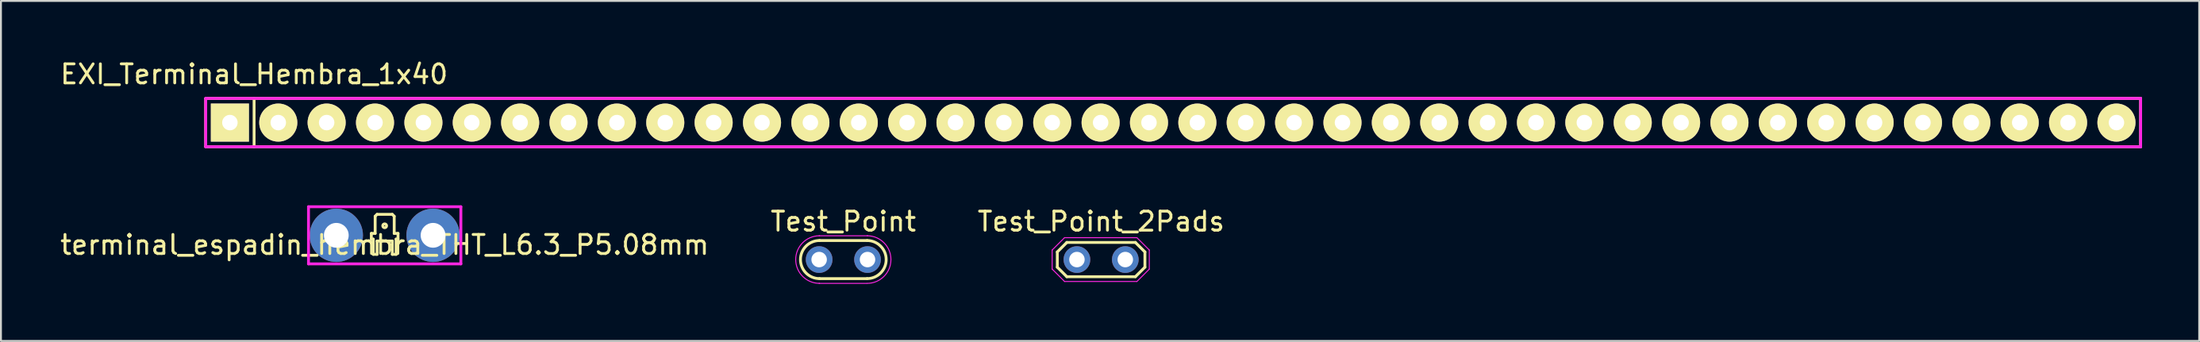
<source format=kicad_pcb>
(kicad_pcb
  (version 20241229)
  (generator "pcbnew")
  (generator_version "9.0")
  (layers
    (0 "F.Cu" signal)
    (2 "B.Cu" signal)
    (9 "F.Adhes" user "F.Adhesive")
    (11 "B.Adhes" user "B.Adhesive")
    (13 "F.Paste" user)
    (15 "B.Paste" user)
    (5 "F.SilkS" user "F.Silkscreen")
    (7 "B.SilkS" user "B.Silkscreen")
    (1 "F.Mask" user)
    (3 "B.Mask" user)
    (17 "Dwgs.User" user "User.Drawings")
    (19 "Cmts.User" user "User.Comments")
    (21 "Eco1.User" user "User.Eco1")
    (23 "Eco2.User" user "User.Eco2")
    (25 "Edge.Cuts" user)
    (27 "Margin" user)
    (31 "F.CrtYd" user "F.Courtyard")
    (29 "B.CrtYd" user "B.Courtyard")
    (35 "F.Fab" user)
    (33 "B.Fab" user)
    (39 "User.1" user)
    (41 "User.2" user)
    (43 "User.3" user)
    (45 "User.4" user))
  (footprint "Test_Point_2Pads"
    (layer "F.Cu")
    (at 54.768 10.582)
    (property "Reference" "Test_Point_2Pads" (at 0 -2 0) (layer "F.SilkS") (effects (font (size 1 1) (thickness 0.15))))
    (attr exclude_from_pos_files exclude_from_bom)
    (fp_line (start -2.3 -0.4) (end -1.8 -0.9) (stroke (width 0.15) (type solid)) (layer "F.SilkS"))
    (fp_line (start -2.3 0.4) (end -2.3 -0.4) (stroke (width 0.15) (type solid)) (layer "F.SilkS"))
    (fp_line (start -1.8 -0.9) (end 1.8 -0.9) (stroke (width 0.15) (type solid)) (layer "F.SilkS"))
    (fp_line (start -1.8 0.9) (end -2.3 0.4) (stroke (width 0.15) (type solid)) (layer "F.SilkS"))
    (fp_line (start 1.8 -0.9) (end 2.3 -0.4) (stroke (width 0.15) (type solid)) (layer "F.SilkS"))
    (fp_line (start 1.8 0.9) (end -1.8 0.9) (stroke (width 0.15) (type solid)) (layer "F.SilkS"))
    (fp_line (start 2.3 -0.4) (end 2.3 0.4) (stroke (width 0.15) (type solid)) (layer "F.SilkS"))
    (fp_line (start 2.3 0.4) (end 1.8 0.9) (stroke (width 0.15) (type solid)) (layer "F.SilkS"))
    (fp_line (start -2.57 -0.5) (end -2.57 0.5) (stroke (width 0.05) (type solid)) (layer "F.CrtYd"))
    (fp_line (start -2.57 0.5) (end -1.92 1.15) (stroke (width 0.05) (type solid)) (layer "F.CrtYd"))
    (fp_line (start -1.92 -1.15) (end -2.57 -0.5) (stroke (width 0.05) (type solid)) (layer "F.CrtYd"))
    (fp_line (start -1.92 1.15) (end 1.88 1.15) (stroke (width 0.05) (type solid)) (layer "F.CrtYd"))
    (fp_line (start 1.88 -1.15) (end -1.92 -1.15) (stroke (width 0.05) (type solid)) (layer "F.CrtYd"))
    (fp_line (start 1.88 1.15) (end 2.53 0.5) (stroke (width 0.05) (type solid)) (layer "F.CrtYd"))
    (fp_line (start 2.53 -0.5) (end 1.88 -1.15) (stroke (width 0.05) (type solid)) (layer "F.CrtYd"))
    (fp_line (start 2.53 0.5) (end 2.53 -0.5) (stroke (width 0.05) (type solid)) (layer "F.CrtYd"))
    (pad "1" thru_hole circle (at -1.27 0) (size 1.4 1.4) (drill 0.813) (layers "*.Cu" "*.Mask"))
    (pad "2" thru_hole circle (at 1.27 0) (size 1.4 1.4) (drill 0.813) (layers "*.Cu" "*.Mask")))
  (footprint "Test_Point"
    (layer "F.Cu")
    (at 41.232 10.582)
    (property "Reference" "Test_Point" (at 0 -2 0) (layer "F.SilkS") (effects (font (size 1 1) (thickness 0.15))))
    (attr exclude_from_pos_files exclude_from_bom)
    (fp_line (start 1.25 -1) (end -1.25 -1) (stroke (width 0.15) (type solid)) (layer "F.SilkS"))
    (fp_line (start 1.25 1) (end -1.25 1) (stroke (width 0.15) (type solid)) (layer "F.SilkS"))
    (fp_arc (start -1.25 1) (mid -2.25 0) (end -1.25 -1) (stroke (width 0.15) (type solid)) (layer "F.SilkS"))
    (fp_arc (start 1.25 -1) (mid 2.25 0) (end 1.25 1) (stroke (width 0.15) (type solid)) (layer "F.SilkS"))
    (fp_line (start -1.27 -1.25) (end 1.28 -1.25) (stroke (width 0.05) (type solid)) (layer "F.CrtYd"))
    (fp_line (start -1.27 1.25) (end 1.23 1.25) (stroke (width 0.05) (type solid)) (layer "F.CrtYd"))
    (fp_arc (start -1.25 1.25) (mid -2.5 0) (end -1.25 -1.25) (stroke (width 0.05) (type solid)) (layer "F.CrtYd"))
    (fp_arc (start 1.25 -1.25) (mid 2.5 0) (end 1.25 1.25) (stroke (width 0.05) (type solid)) (layer "F.CrtYd"))
    (pad "1" thru_hole circle (at -1.27 0) (size 1.4 1.4) (drill 0.813) (layers "*.Cu" "*.Mask"))
    (pad "1" thru_hole circle (at 1.27 0) (size 1.4 1.4) (drill 0.813) (layers "*.Cu" "*.Mask")))
  (footprint "terminal_espadin_hembra_THT_L6.3_P5.08mm"
    (layer "F.Cu")
    (at 17.149 9.308)
    (property "Reference" "terminal_espadin_hembra_THT_L6.3_P5.08mm" (at 0 0.5 0) (layer "F.SilkS") (effects (font (size 1 1) (thickness 0.15))))
    (attr through_hole)
    (fp_line (start -0.7 -0.1) (end -0.7 0.2) (stroke (width 0.15) (type solid)) (layer "F.SilkS"))
    (fp_line (start -0.7 0.2) (end -0.6 0.2) (stroke (width 0.15) (type solid)) (layer "F.SilkS"))
    (fp_line (start -0.6 0.2) (end -0.6 1) (stroke (width 0.15) (type solid)) (layer "F.SilkS"))
    (fp_line (start -0.6 1) (end -0.4 1) (stroke (width 0.15) (type solid)) (layer "F.SilkS"))
    (fp_line (start -0.5 -1) (end -0.5 -0.1) (stroke (width 0.15) (type solid)) (layer "F.SilkS"))
    (fp_line (start -0.5 -0.1) (end -0.7 -0.1) (stroke (width 0.15) (type solid)) (layer "F.SilkS"))
    (fp_line (start -0.4 -1.1) (end -0.5 -1) (stroke (width 0.15) (type solid)) (layer "F.SilkS"))
    (fp_line (start -0.4 0.3) (end 0.4 0.3) (stroke (width 0.15) (type solid)) (layer "F.SilkS"))
    (fp_line (start -0.4 1) (end -0.4 0.3) (stroke (width 0.15) (type solid)) (layer "F.SilkS"))
    (fp_line (start 0.4 -1.1) (end -0.4 -1.1) (stroke (width 0.15) (type solid)) (layer "F.SilkS"))
    (fp_line (start 0.4 0.3) (end 0.4 1) (stroke (width 0.15) (type solid)) (layer "F.SilkS"))
    (fp_line (start 0.4 1) (end 0.6 1) (stroke (width 0.15) (type solid)) (layer "F.SilkS"))
    (fp_line (start 0.5 -1) (end 0.4 -1.1) (stroke (width 0.15) (type solid)) (layer "F.SilkS"))
    (fp_line (start 0.5 -0.1) (end 0.5 -1) (stroke (width 0.15) (type solid)) (layer "F.SilkS"))
    (fp_line (start 0.6 0.2) (end 0.7 0.2) (stroke (width 0.15) (type solid)) (layer "F.SilkS"))
    (fp_line (start 0.6 1) (end 0.6 0.2) (stroke (width 0.15) (type solid)) (layer "F.SilkS"))
    (fp_line (start 0.7 -0.1) (end 0.5 -0.1) (stroke (width 0.15) (type solid)) (layer "F.SilkS"))
    (fp_line (start 0.7 0.2) (end 0.7 -0.1) (stroke (width 0.15) (type solid)) (layer "F.SilkS"))
    (fp_circle (center 0 -0.5) (end 0.1 -0.5) (stroke (width 0.15) (type solid)) (fill no) (layer "F.SilkS"))
    (fp_line (start -4 -1.5) (end 4 -1.5) (stroke (width 0.15) (type solid)) (layer "F.CrtYd"))
    (fp_line (start -4 1.5) (end -4 -1.5) (stroke (width 0.15) (type solid)) (layer "F.CrtYd"))
    (fp_line (start 4 -1.5) (end 4 1.5) (stroke (width 0.15) (type solid)) (layer "F.CrtYd"))
    (fp_line (start 4 1.5) (end -4 1.5) (stroke (width 0.15) (type solid)) (layer "F.CrtYd"))
    (pad "1" thru_hole circle (at -2.54 0) (size 2.8 2.8) (drill 1.3) (layers "*.Cu" "*.Mask"))
    (pad "1" thru_hole circle (at 2.54 0) (size 2.8 2.8) (drill 1.3) (layers "*.Cu" "*.Mask")))
  (footprint "EXI_Terminal_Hembra_1x40"
    (layer "F.Cu")
    (at 58.552 3.388)
    (property "Reference" "EXI_Terminal_Hembra_1x40" (at -48.26 -2.54 0) (layer "F.SilkS") (effects (font (size 1 1) (thickness 0.15))))
    (attr through_hole)
    (fp_line (start -50.8 -1.27) (end -50.8 1.27) (stroke (width 0.15) (type solid)) (layer "F.SilkS"))
    (fp_line (start -50.8 1.27) (end -48.26 1.27) (stroke (width 0.15) (type solid)) (layer "F.SilkS"))
    (fp_line (start -48.26 -1.27) (end -50.8 -1.27) (stroke (width 0.15) (type solid)) (layer "F.SilkS"))
    (fp_line (start -48.26 -1.27) (end 50.8 -1.27) (stroke (width 0.15) (type solid)) (layer "F.SilkS"))
    (fp_line (start -48.26 1.27) (end -48.26 -1.27) (stroke (width 0.15) (type solid)) (layer "F.SilkS"))
    (fp_line (start 50.8 -1.27) (end 50.8 1.27) (stroke (width 0.15) (type solid)) (layer "F.SilkS"))
    (fp_line (start 50.8 1.27) (end -48.26 1.27) (stroke (width 0.15) (type solid)) (layer "F.SilkS"))
    (fp_line (start -50.8 -1.27) (end 50.8 -1.27) (stroke (width 0.15) (type solid)) (layer "F.CrtYd"))
    (fp_line (start -50.8 1.27) (end -50.8 -1.27) (stroke (width 0.15) (type solid)) (layer "F.CrtYd"))
    (fp_line (start 50.8 -1.27) (end 50.8 1.27) (stroke (width 0.15) (type solid)) (layer "F.CrtYd"))
    (fp_line (start 50.8 1.27) (end -50.8 1.27) (stroke (width 0.15) (type solid)) (layer "F.CrtYd"))
    (pad "1" thru_hole rect (at -49.53 0) (size 1.999 1.999) (drill 0.813) (layers "*.Cu" "*.Mask" "F.SilkS"))
    (pad "2" thru_hole circle (at -46.99 0) (size 1.999 1.999) (drill 0.813) (layers "*.Cu" "*.Mask" "F.SilkS"))
    (pad "3" thru_hole circle (at -44.45 0) (size 1.999 1.999) (drill 0.813) (layers "*.Cu" "*.Mask" "F.SilkS"))
    (pad "4" thru_hole circle (at -41.91 0) (size 1.999 1.999) (drill 0.813) (layers "*.Cu" "*.Mask" "F.SilkS"))
    (pad "5" thru_hole circle (at -39.37 0) (size 1.999 1.999) (drill 0.813) (layers "*.Cu" "*.Mask" "F.SilkS"))
    (pad "6" thru_hole circle (at -36.83 0) (size 1.999 1.999) (drill 0.813) (layers "*.Cu" "*.Mask" "F.SilkS"))
    (pad "7" thru_hole circle (at -34.29 0) (size 1.999 1.999) (drill 0.813) (layers "*.Cu" "*.Mask" "F.SilkS"))
    (pad "8" thru_hole circle (at -31.75 0) (size 1.999 1.999) (drill 0.813) (layers "*.Cu" "*.Mask" "F.SilkS"))
    (pad "9" thru_hole circle (at -29.21 0) (size 1.999 1.999) (drill 0.813) (layers "*.Cu" "*.Mask" "F.SilkS"))
    (pad "10" thru_hole circle (at -26.67 0) (size 1.999 1.999) (drill 0.813) (layers "*.Cu" "*.Mask" "F.SilkS"))
    (pad "11" thru_hole circle (at -24.13 0) (size 1.999 1.999) (drill 0.813) (layers "*.Cu" "*.Mask" "F.SilkS"))
    (pad "12" thru_hole circle (at -21.59 0) (size 1.999 1.999) (drill 0.813) (layers "*.Cu" "*.Mask" "F.SilkS"))
    (pad "13" thru_hole circle (at -19.05 0) (size 1.999 1.999) (drill 0.813) (layers "*.Cu" "*.Mask" "F.SilkS"))
    (pad "14" thru_hole circle (at -16.51 0) (size 1.999 1.999) (drill 0.813) (layers "*.Cu" "*.Mask" "F.SilkS"))
    (pad "15" thru_hole circle (at -13.97 0) (size 1.999 1.999) (drill 0.813) (layers "*.Cu" "*.Mask" "F.SilkS"))
    (pad "16" thru_hole circle (at -11.43 0) (size 1.999 1.999) (drill 0.813) (layers "*.Cu" "*.Mask" "F.SilkS"))
    (pad "17" thru_hole circle (at -8.89 0) (size 1.999 1.999) (drill 0.813) (layers "*.Cu" "*.Mask" "F.SilkS"))
    (pad "18" thru_hole circle (at -6.35 0) (size 1.999 1.999) (drill 0.813) (layers "*.Cu" "*.Mask" "F.SilkS"))
    (pad "19" thru_hole circle (at -3.81 0) (size 1.999 1.999) (drill 0.813) (layers "*.Cu" "*.Mask" "F.SilkS"))
    (pad "20" thru_hole circle (at -1.27 0) (size 1.999 1.999) (drill 0.813) (layers "*.Cu" "*.Mask" "F.SilkS"))
    (pad "21" thru_hole circle (at 1.27 0) (size 1.999 1.999) (drill 0.813) (layers "*.Cu" "*.Mask" "F.SilkS"))
    (pad "22" thru_hole circle (at 3.81 0) (size 1.999 1.999) (drill 0.813) (layers "*.Cu" "*.Mask" "F.SilkS"))
    (pad "23" thru_hole circle (at 6.35 0) (size 1.999 1.999) (drill 0.813) (layers "*.Cu" "*.Mask" "F.SilkS"))
    (pad "24" thru_hole circle (at 8.89 0) (size 1.999 1.999) (drill 0.813) (layers "*.Cu" "*.Mask" "F.SilkS"))
    (pad "25" thru_hole circle (at 11.43 0) (size 1.999 1.999) (drill 0.813) (layers "*.Cu" "*.Mask" "F.SilkS"))
    (pad "26" thru_hole circle (at 13.97 0) (size 1.999 1.999) (drill 0.813) (layers "*.Cu" "*.Mask" "F.SilkS"))
    (pad "27" thru_hole circle (at 16.51 0) (size 1.999 1.999) (drill 0.813) (layers "*.Cu" "*.Mask" "F.SilkS"))
    (pad "28" thru_hole circle (at 19.05 0) (size 1.999 1.999) (drill 0.813) (layers "*.Cu" "*.Mask" "F.SilkS"))
    (pad "29" thru_hole circle (at 21.59 0) (size 1.999 1.999) (drill 0.813) (layers "*.Cu" "*.Mask" "F.SilkS"))
    (pad "30" thru_hole circle (at 24.13 0) (size 1.999 1.999) (drill 0.813) (layers "*.Cu" "*.Mask" "F.SilkS"))
    (pad "31" thru_hole circle (at 26.67 0) (size 1.999 1.999) (drill 0.813) (layers "*.Cu" "*.Mask" "F.SilkS"))
    (pad "32" thru_hole circle (at 29.21 0) (size 1.999 1.999) (drill 0.813) (layers "*.Cu" "*.Mask" "F.SilkS"))
    (pad "33" thru_hole circle (at 31.75 0) (size 1.999 1.999) (drill 0.813) (layers "*.Cu" "*.Mask" "F.SilkS"))
    (pad "34" thru_hole circle (at 34.29 0) (size 1.999 1.999) (drill 0.813) (layers "*.Cu" "*.Mask" "F.SilkS"))
    (pad "35" thru_hole circle (at 36.83 0) (size 1.999 1.999) (drill 0.813) (layers "*.Cu" "*.Mask" "F.SilkS"))
    (pad "36" thru_hole circle (at 39.37 0) (size 1.999 1.999) (drill 0.813) (layers "*.Cu" "*.Mask" "F.SilkS"))
    (pad "37" thru_hole circle (at 41.91 0) (size 1.999 1.999) (drill 0.813) (layers "*.Cu" "*.Mask" "F.SilkS"))
    (pad "38" thru_hole circle (at 44.45 0) (size 1.999 1.999) (drill 0.813) (layers "*.Cu" "*.Mask" "F.SilkS"))
    (pad "39" thru_hole circle (at 46.99 0) (size 1.999 1.999) (drill 0.813) (layers "*.Cu" "*.Mask" "F.SilkS"))
    (pad "40" thru_hole circle (at 49.53 0) (size 1.999 1.999) (drill 0.813) (layers "*.Cu" "*.Mask" "F.SilkS")))
  (gr_rect
    (start -3 -3)
    (end 112.427 14.857)
    (stroke (width 0.1) (type default))
    (fill no)
    (layer "Edge.Cuts")))
</source>
